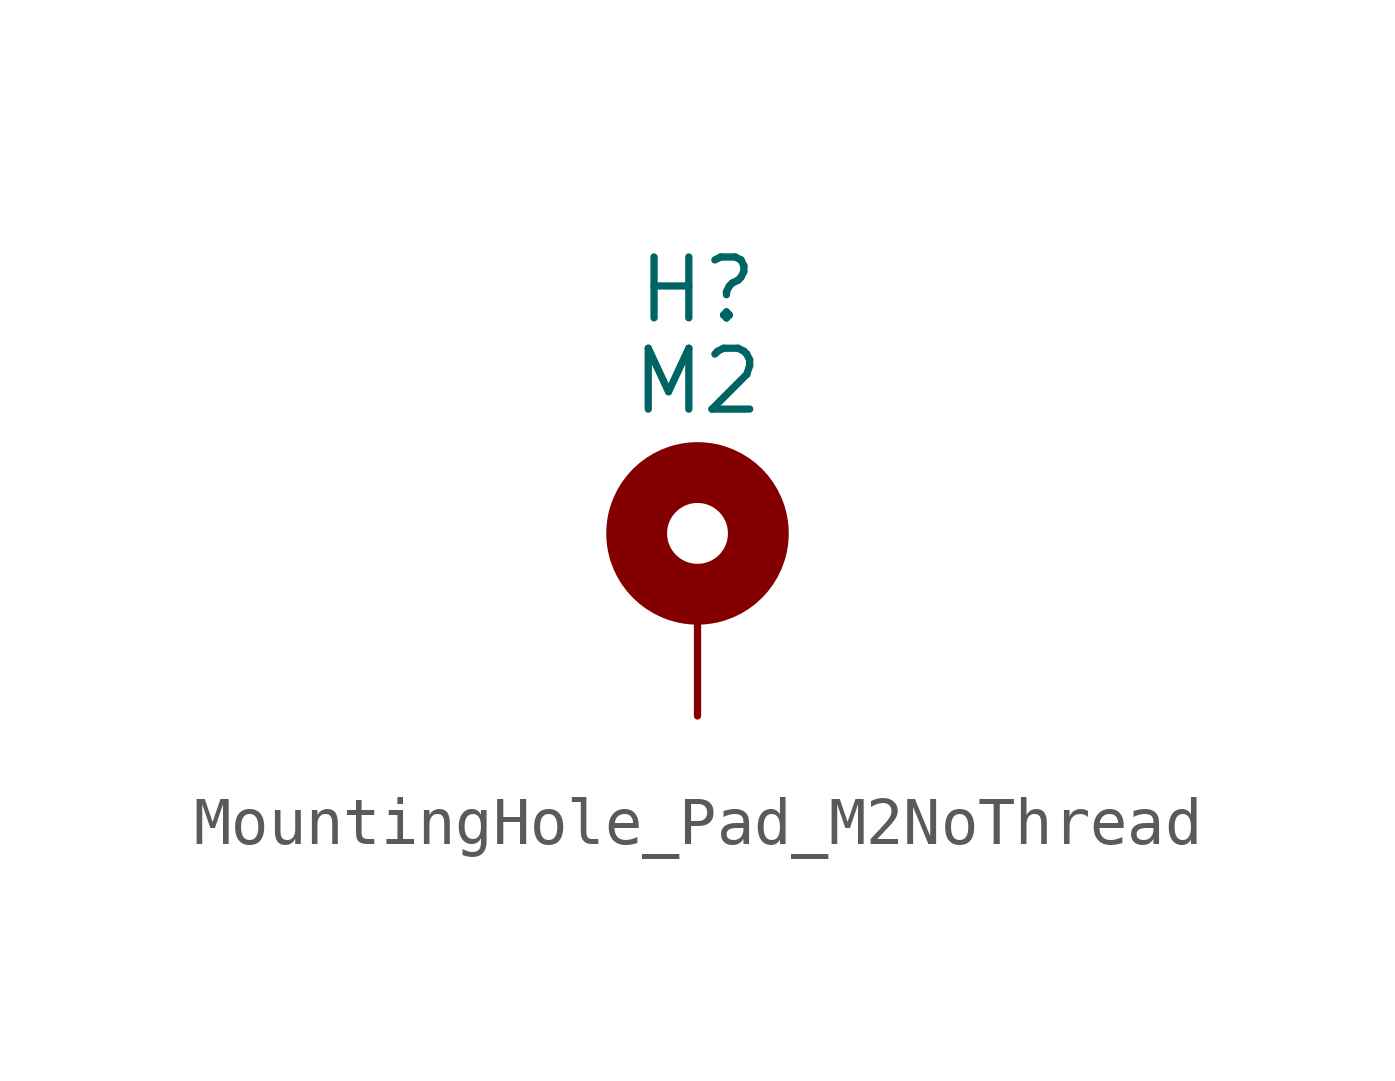
<source format=kicad_sym>
(kicad_symbol_lib
  (version 20241209)
  (generator "kicad_symbol_editor")
  (generator_version "9.0")
  (symbol "MountingHole_Pad_M2NoThread"
    (pin_numbers
      (hide yes))
    (pin_names
      (offset 1.016)
      (hide yes))
    (property "Reference" "H"
      (at 0 6.35 0)
      (effects (font (size 1.27 1.27))))
    (property "Value" "M2"
      (at 0 4.445 0)
      (effects (font (size 1.27 1.27))))
    (symbol "MountingHole_Pad_M2NoThread_0_1"
      (circle (center 0 1.27) (radius 1.27) (stroke (width 1.27) (type default)) (fill (type none))))
    (symbol "MountingHole_Pad_M2NoThread_1_1"
      (pin input line (at 0 -2.54 90) (length 2.54) (name "1" (effects (font (size 1.27 1.27)))) (number "1" (effects (font (size 1.27 1.27))))))))
</source>
